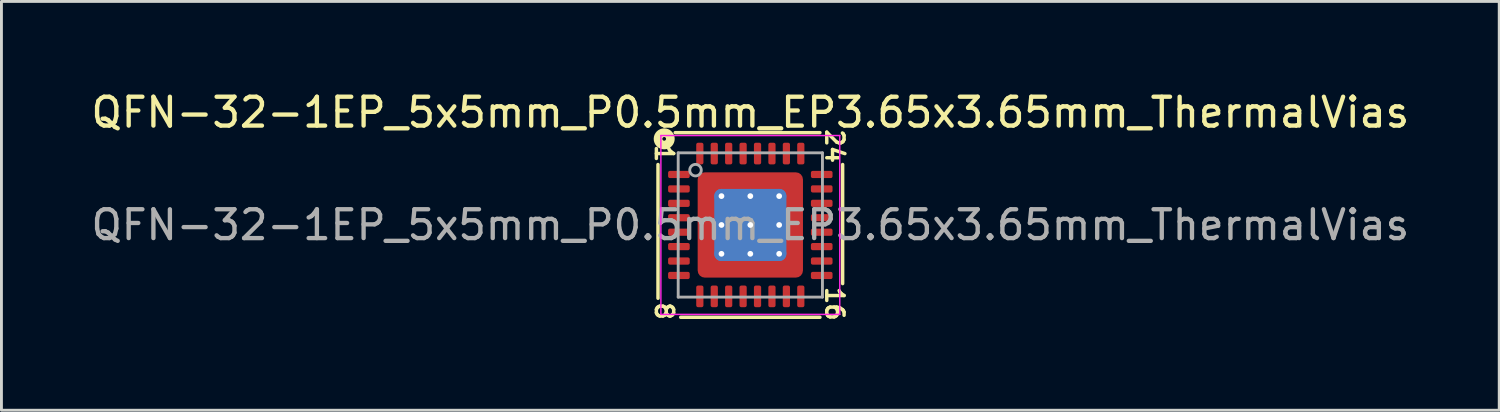
<source format=kicad_pcb>
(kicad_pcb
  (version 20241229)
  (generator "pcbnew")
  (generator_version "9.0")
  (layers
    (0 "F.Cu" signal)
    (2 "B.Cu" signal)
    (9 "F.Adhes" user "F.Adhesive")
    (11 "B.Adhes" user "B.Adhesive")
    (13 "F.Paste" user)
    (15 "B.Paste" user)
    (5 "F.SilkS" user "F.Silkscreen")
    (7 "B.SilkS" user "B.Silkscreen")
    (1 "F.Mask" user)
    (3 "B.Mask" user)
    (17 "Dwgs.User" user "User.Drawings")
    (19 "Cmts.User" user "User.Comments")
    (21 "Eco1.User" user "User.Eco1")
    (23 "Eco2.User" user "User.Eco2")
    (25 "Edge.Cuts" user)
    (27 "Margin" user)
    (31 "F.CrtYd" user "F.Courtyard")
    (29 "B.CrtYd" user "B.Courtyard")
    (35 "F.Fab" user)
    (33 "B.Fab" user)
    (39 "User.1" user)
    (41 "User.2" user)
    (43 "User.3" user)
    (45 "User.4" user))
  (footprint "QFN-32-1EP_5x5mm_P0.5mm_EP3.65x3.65mm_ThermalVias"
    (layer "F.Cu")
    (at 22.958 4.748)
    (property "Reference" "QFN-32-1EP_5x5mm_P0.5mm_EP3.65x3.65mm_ThermalVias" (at 0 -3.9 0) (layer "F.SilkS") (effects (font (size 1 1) (thickness 0.15))))
    (attr smd)
    (fp_line (start -3.2 -2.095) (end -3.2 2.54) (stroke (width 0.12) (type solid)) (layer "F.SilkS"))
    (fp_line (start -2.413 3.2) (end 2.413 3.2) (stroke (width 0.12) (type solid)) (layer "F.SilkS"))
    (fp_line (start 2.413 -3.2) (end -2.603 -3.2) (stroke (width 0.12) (type solid)) (layer "F.SilkS"))
    (fp_line (start 3.2 2.032) (end 3.2 -2.095) (stroke (width 0.12) (type solid)) (layer "F.SilkS"))
    (fp_circle (center -2.985 -2.985) (end -2.921 -2.985) (stroke (width 0.3) (type solid)) (fill no) (layer "F.SilkS"))
    (fp_line (start -3.1 -3.1) (end -3.1 3.1) (stroke (width 0.05) (type solid)) (layer "F.CrtYd"))
    (fp_line (start -3.1 3.1) (end 3.1 3.1) (stroke (width 0.05) (type solid)) (layer "F.CrtYd"))
    (fp_line (start 3.1 -3.1) (end -3.1 -3.1) (stroke (width 0.05) (type solid)) (layer "F.CrtYd"))
    (fp_line (start 3.1 3.1) (end 3.1 -3.1) (stroke (width 0.05) (type solid)) (layer "F.CrtYd"))
    (fp_line (start -2.5 -2.5) (end 2.5 -2.5) (stroke (width 0.1) (type solid)) (layer "F.Fab"))
    (fp_line (start -2.5 2.5) (end -2.5 -2.5) (stroke (width 0.1) (type solid)) (layer "F.Fab"))
    (fp_line (start 2.5 -2.5) (end 2.5 2.5) (stroke (width 0.1) (type solid)) (layer "F.Fab"))
    (fp_line (start 2.5 2.5) (end -2.5 2.5) (stroke (width 0.1) (type solid)) (layer "F.Fab"))
    (fp_circle (center -1.9 -1.9) (end -1.7 -1.9) (stroke (width 0.1) (type solid)) (fill no) (layer "F.Fab"))
    (fp_text user "8" (at -2.985 2.985 270) (unlocked yes) (layer "F.SilkS") (effects (font (size 0.6 0.6) (thickness 0.12))))
    (fp_text user "1" (at -2.985 -2.477 270) (unlocked yes) (layer "F.SilkS") (effects (font (size 0.6 0.6) (thickness 0.12))))
    (fp_text user "24" (at 2.921 -2.731 270) (unlocked yes) (layer "F.SilkS") (effects (font (size 0.6 0.6) (thickness 0.12))))
    (fp_text user "16" (at 2.921 2.731 270) (unlocked yes) (layer "F.SilkS") (effects (font (size 0.6 0.6) (thickness 0.12))))
    (fp_text user "${REFERENCE}" (at 0 0 0) (layer "F.Fab") (effects (font (size 1 1) (thickness 0.15))))
    (pad "" smd custom (at -1.413 -1.413) (size 0.578 0.578) (layers "F.Paste") (options (anchor circle)) (primitives (gr_poly (pts (xy 0.246 0.174) (xy 0.174 0.246) (xy -0.246 0.246) (xy -0.246 -0.246) (xy 0.246 -0.246)) (width 0.174) (fill yes))))
    (pad "" smd custom (at -1.413 -0.5) (size 0.59 0.59) (layers "F.Paste") (options (anchor circle)) (primitives (gr_poly (pts (xy 0.258 -0.266) (xy 0.258 0.266) (xy 0.195 0.328) (xy -0.258 0.328) (xy -0.258 -0.328) (xy 0.195 -0.328)) (width 0.15) (fill yes))))
    (pad "" smd custom (at -1.413 0.5) (size 0.59 0.59) (layers "F.Paste") (options (anchor circle)) (primitives (gr_poly (pts (xy 0.258 -0.266) (xy 0.258 0.266) (xy 0.195 0.328) (xy -0.258 0.328) (xy -0.258 -0.328) (xy 0.195 -0.328)) (width 0.15) (fill yes))))
    (pad "" smd custom (at -1.413 1.413) (size 0.578 0.578) (layers "F.Paste") (options (anchor circle)) (primitives (gr_poly (pts (xy 0.246 -0.174) (xy 0.246 0.246) (xy -0.246 0.246) (xy -0.246 -0.246) (xy 0.174 -0.246)) (width 0.174) (fill yes))))
    (pad "" smd custom (at -0.5 -1.413) (size 0.59 0.59) (layers "F.Paste") (options (anchor circle)) (primitives (gr_poly (pts (xy 0.328 0.195) (xy 0.266 0.258) (xy -0.266 0.258) (xy -0.328 0.195) (xy -0.328 -0.258) (xy 0.328 -0.258)) (width 0.15) (fill yes))))
    (pad "" smd roundrect (at -0.5 -0.5) (size 0.806 0.806) (layers "F.Paste") (roundrect_rratio 0.25))
    (pad "" smd roundrect (at -0.5 0.5) (size 0.806 0.806) (layers "F.Paste") (roundrect_rratio 0.25))
    (pad "" smd custom (at -0.5 1.413) (size 0.59 0.59) (layers "F.Paste") (options (anchor circle)) (primitives (gr_poly (pts (xy 0.328 -0.195) (xy 0.328 0.258) (xy -0.328 0.258) (xy -0.328 -0.195) (xy -0.266 -0.258) (xy 0.266 -0.258)) (width 0.15) (fill yes))))
    (pad "" smd custom (at 0.5 -1.413) (size 0.59 0.59) (layers "F.Paste") (options (anchor circle)) (primitives (gr_poly (pts (xy 0.328 0.195) (xy 0.266 0.258) (xy -0.266 0.258) (xy -0.328 0.195) (xy -0.328 -0.258) (xy 0.328 -0.258)) (width 0.15) (fill yes))))
    (pad "" smd roundrect (at 0.5 -0.5) (size 0.806 0.806) (layers "F.Paste") (roundrect_rratio 0.25))
    (pad "" smd roundrect (at 0.5 0.5) (size 0.806 0.806) (layers "F.Paste") (roundrect_rratio 0.25))
    (pad "" smd custom (at 0.5 1.413) (size 0.59 0.59) (layers "F.Paste") (options (anchor circle)) (primitives (gr_poly (pts (xy 0.328 -0.195) (xy 0.328 0.258) (xy -0.328 0.258) (xy -0.328 -0.195) (xy -0.266 -0.258) (xy 0.266 -0.258)) (width 0.15) (fill yes))))
    (pad "" smd custom (at 1.413 -1.413) (size 0.578 0.578) (layers "F.Paste") (options (anchor circle)) (primitives (gr_poly (pts (xy 0.246 0.246) (xy -0.174 0.246) (xy -0.246 0.174) (xy -0.246 -0.246) (xy 0.246 -0.246)) (width 0.174) (fill yes))))
    (pad "" smd custom (at 1.413 -0.5) (size 0.59 0.59) (layers "F.Paste") (options (anchor circle)) (primitives (gr_poly (pts (xy 0.258 0.328) (xy -0.195 0.328) (xy -0.258 0.266) (xy -0.258 -0.266) (xy -0.195 -0.328) (xy 0.258 -0.328)) (width 0.15) (fill yes))))
    (pad "" smd custom (at 1.413 0.5) (size 0.59 0.59) (layers "F.Paste") (options (anchor circle)) (primitives (gr_poly (pts (xy 0.258 0.328) (xy -0.195 0.328) (xy -0.258 0.266) (xy -0.258 -0.266) (xy -0.195 -0.328) (xy 0.258 -0.328)) (width 0.15) (fill yes))))
    (pad "" smd custom (at 1.413 1.413) (size 0.578 0.578) (layers "F.Paste") (options (anchor circle)) (primitives (gr_poly (pts (xy 0.246 0.246) (xy -0.246 0.246) (xy -0.246 -0.174) (xy -0.174 -0.246) (xy 0.246 -0.246)) (width 0.174) (fill yes))))
    (pad "1" smd roundrect (at -2.475 -1.75) (size 0.75 0.25) (layers "F.Cu" "F.Mask" "F.Paste") (roundrect_rratio 0.25))
    (pad "2" smd roundrect (at -2.475 -1.25) (size 0.75 0.25) (layers "F.Cu" "F.Mask" "F.Paste") (roundrect_rratio 0.25))
    (pad "3" smd roundrect (at -2.475 -0.75) (size 0.75 0.25) (layers "F.Cu" "F.Mask" "F.Paste") (roundrect_rratio 0.25))
    (pad "4" smd roundrect (at -2.475 -0.25) (size 0.75 0.25) (layers "F.Cu" "F.Mask" "F.Paste") (roundrect_rratio 0.25))
    (pad "5" smd roundrect (at -2.475 0.25) (size 0.75 0.25) (layers "F.Cu" "F.Mask" "F.Paste") (roundrect_rratio 0.25))
    (pad "6" smd roundrect (at -2.475 0.75) (size 0.75 0.25) (layers "F.Cu" "F.Mask" "F.Paste") (roundrect_rratio 0.25))
    (pad "7" smd roundrect (at -2.475 1.25) (size 0.75 0.25) (layers "F.Cu" "F.Mask" "F.Paste") (roundrect_rratio 0.25))
    (pad "8" smd roundrect (at -2.475 1.75) (size 0.75 0.25) (layers "F.Cu" "F.Mask" "F.Paste") (roundrect_rratio 0.25))
    (pad "9" smd roundrect (at -1.75 2.475) (size 0.25 0.75) (layers "F.Cu" "F.Mask" "F.Paste") (roundrect_rratio 0.25))
    (pad "10" smd roundrect (at -1.25 2.475) (size 0.25 0.75) (layers "F.Cu" "F.Mask" "F.Paste") (roundrect_rratio 0.25))
    (pad "11" smd roundrect (at -0.75 2.475) (size 0.25 0.75) (layers "F.Cu" "F.Mask" "F.Paste") (roundrect_rratio 0.25))
    (pad "12" smd roundrect (at -0.25 2.475) (size 0.25 0.75) (layers "F.Cu" "F.Mask" "F.Paste") (roundrect_rratio 0.25))
    (pad "13" smd roundrect (at 0.25 2.475) (size 0.25 0.75) (layers "F.Cu" "F.Mask" "F.Paste") (roundrect_rratio 0.25))
    (pad "14" smd roundrect (at 0.75 2.475) (size 0.25 0.75) (layers "F.Cu" "F.Mask" "F.Paste") (roundrect_rratio 0.25))
    (pad "15" smd roundrect (at 1.25 2.475) (size 0.25 0.75) (layers "F.Cu" "F.Mask" "F.Paste") (roundrect_rratio 0.25))
    (pad "16" smd roundrect (at 1.75 2.475) (size 0.25 0.75) (layers "F.Cu" "F.Mask" "F.Paste") (roundrect_rratio 0.25))
    (pad "17" smd roundrect (at 2.475 1.75) (size 0.75 0.25) (layers "F.Cu" "F.Mask" "F.Paste") (roundrect_rratio 0.25))
    (pad "18" smd roundrect (at 2.475 1.25) (size 0.75 0.25) (layers "F.Cu" "F.Mask" "F.Paste") (roundrect_rratio 0.25))
    (pad "19" smd roundrect (at 2.475 0.75) (size 0.75 0.25) (layers "F.Cu" "F.Mask" "F.Paste") (roundrect_rratio 0.25))
    (pad "20" smd roundrect (at 2.475 0.25) (size 0.75 0.25) (layers "F.Cu" "F.Mask" "F.Paste") (roundrect_rratio 0.25))
    (pad "21" smd roundrect (at 2.475 -0.25) (size 0.75 0.25) (layers "F.Cu" "F.Mask" "F.Paste") (roundrect_rratio 0.25))
    (pad "22" smd roundrect (at 2.475 -0.75) (size 0.75 0.25) (layers "F.Cu" "F.Mask" "F.Paste") (roundrect_rratio 0.25))
    (pad "23" smd roundrect (at 2.475 -1.25) (size 0.75 0.25) (layers "F.Cu" "F.Mask" "F.Paste") (roundrect_rratio 0.25))
    (pad "24" smd roundrect (at 2.475 -1.75) (size 0.75 0.25) (layers "F.Cu" "F.Mask" "F.Paste") (roundrect_rratio 0.25))
    (pad "25" smd roundrect (at 1.75 -2.475) (size 0.25 0.75) (layers "F.Cu" "F.Mask" "F.Paste") (roundrect_rratio 0.25))
    (pad "26" smd roundrect (at 1.25 -2.475) (size 0.25 0.75) (layers "F.Cu" "F.Mask" "F.Paste") (roundrect_rratio 0.25))
    (pad "27" smd roundrect (at 0.75 -2.475) (size 0.25 0.75) (layers "F.Cu" "F.Mask" "F.Paste") (roundrect_rratio 0.25))
    (pad "28" smd roundrect (at 0.25 -2.475) (size 0.25 0.75) (layers "F.Cu" "F.Mask" "F.Paste") (roundrect_rratio 0.25))
    (pad "29" smd roundrect (at -0.25 -2.475) (size 0.25 0.75) (layers "F.Cu" "F.Mask" "F.Paste") (roundrect_rratio 0.25))
    (pad "30" smd roundrect (at -0.75 -2.475) (size 0.25 0.75) (layers "F.Cu" "F.Mask" "F.Paste") (roundrect_rratio 0.25))
    (pad "31" smd roundrect (at -1.25 -2.475) (size 0.25 0.75) (layers "F.Cu" "F.Mask" "F.Paste") (roundrect_rratio 0.25))
    (pad "32" smd roundrect (at -1.75 -2.475) (size 0.25 0.75) (layers "F.Cu" "F.Mask" "F.Paste") (roundrect_rratio 0.25))
    (pad "33" thru_hole circle (at -1 -1) (size 0.5 0.5) (drill 0.2) (property pad_prop_heatsink) (layers "*.Cu"))
    (pad "33" thru_hole circle (at -1 0) (size 0.5 0.5) (drill 0.2) (property pad_prop_heatsink) (layers "*.Cu"))
    (pad "33" thru_hole circle (at -1 1) (size 0.5 0.5) (drill 0.2) (property pad_prop_heatsink) (layers "*.Cu"))
    (pad "33" thru_hole circle (at 0 -1) (size 0.5 0.5) (drill 0.2) (property pad_prop_heatsink) (layers "*.Cu"))
    (pad "33" thru_hole circle (at 0 0) (size 0.5 0.5) (drill 0.2) (property pad_prop_heatsink) (layers "*.Cu"))
    (pad "33" smd roundrect (at 0 0) (size 2.5 2.5) (layers "B.Cu" "B.Mask") (roundrect_rratio 0.1))
    (pad "33" smd roundrect (at 0 0) (size 3.65 3.65) (layers "F.Cu" "F.Mask") (roundrect_rratio 0.068))
    (pad "33" thru_hole circle (at 0 1) (size 0.5 0.5) (drill 0.2) (property pad_prop_heatsink) (layers "*.Cu"))
    (pad "33" thru_hole circle (at 1 -1) (size 0.5 0.5) (drill 0.2) (property pad_prop_heatsink) (layers "*.Cu"))
    (pad "33" thru_hole circle (at 1 0) (size 0.5 0.5) (drill 0.2) (property pad_prop_heatsink) (layers "*.Cu"))
    (pad "33" thru_hole circle (at 1 1) (size 0.5 0.5) (drill 0.2) (property pad_prop_heatsink) (layers "*.Cu")))
  (gr_rect
    (start -3 -3)
    (end 48.917 11.17)
    (stroke (width 0.1) (type default))
    (fill no)
    (layer "Edge.Cuts")))
</source>
